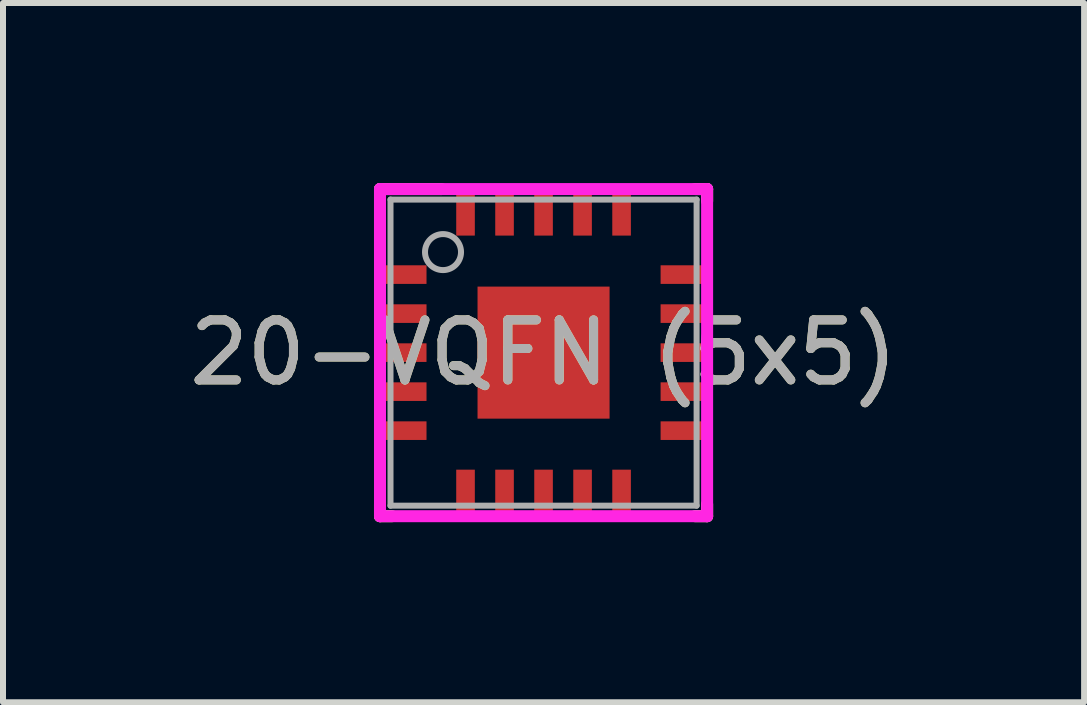
<source format=kicad_pcb>
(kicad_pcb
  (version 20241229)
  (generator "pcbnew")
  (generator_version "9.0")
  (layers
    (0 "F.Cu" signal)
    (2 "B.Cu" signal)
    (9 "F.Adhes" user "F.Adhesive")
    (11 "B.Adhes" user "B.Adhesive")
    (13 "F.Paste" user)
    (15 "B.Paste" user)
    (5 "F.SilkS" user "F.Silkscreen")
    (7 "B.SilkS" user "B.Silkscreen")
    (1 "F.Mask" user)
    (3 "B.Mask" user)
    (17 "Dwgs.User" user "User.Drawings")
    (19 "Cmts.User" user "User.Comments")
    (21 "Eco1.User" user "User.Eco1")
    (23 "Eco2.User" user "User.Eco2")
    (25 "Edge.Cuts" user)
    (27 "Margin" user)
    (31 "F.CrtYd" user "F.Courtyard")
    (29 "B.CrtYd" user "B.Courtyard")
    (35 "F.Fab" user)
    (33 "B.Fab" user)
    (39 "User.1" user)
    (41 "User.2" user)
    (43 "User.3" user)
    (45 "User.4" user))
  (footprint "20-VQFN (5x5)"
    (layer "F.Cu")
    (at 6.006 2.825)
    (property "Reference" "20-VQFN (5x5)" (at 0 0 0) (unlocked yes) (layer "F.SilkS") (effects (font (size 1 1) (thickness 0.15))))
    (attr smd)
    (fp_line (start -2.725 -2.725) (end -1.7 -2.725) (stroke (width 0.2) (type solid)) (layer "F.SilkS"))
    (fp_line (start -2.725 -1.7) (end -2.725 -2.725) (stroke (width 0.2) (type solid)) (layer "F.SilkS"))
    (fp_line (start -2.725 2.725) (end -2.725 2.525) (stroke (width 0.2) (type solid)) (layer "F.SilkS"))
    (fp_line (start -2.725 2.725) (end -2.525 2.725) (stroke (width 0.2) (type solid)) (layer "F.SilkS"))
    (fp_line (start 2.525 -2.725) (end 2.725 -2.725) (stroke (width 0.2) (type solid)) (layer "F.SilkS"))
    (fp_line (start 2.525 2.725) (end 2.725 2.725) (stroke (width 0.2) (type solid)) (layer "F.SilkS"))
    (fp_line (start 2.725 -2.525) (end 2.725 -2.725) (stroke (width 0.2) (type solid)) (layer "F.SilkS"))
    (fp_line (start 2.725 2.725) (end 2.725 2.525) (stroke (width 0.2) (type solid)) (layer "F.SilkS"))
    (fp_poly (pts (xy -0.1 -1.031) (xy -0.1 -0.149) (xy -0.101 -0.139) (xy -0.104 -0.13) (xy -0.108 -0.122) (xy -0.114 -0.114) (xy -0.122 -0.108) (xy -0.13 -0.104) (xy -0.139 -0.101) (xy -0.149 -0.1) (xy -1.031 -0.1) (xy -1.041 -0.101) (xy -1.05 -0.104) (xy -1.058 -0.108) (xy -1.066 -0.114) (xy -1.072 -0.122) (xy -1.076 -0.13) (xy -1.079 -0.139) (xy -1.08 -0.149) (xy -1.08 -1.031) (xy -1.079 -1.041) (xy -1.076 -1.05) (xy -1.072 -1.058) (xy -1.066 -1.066) (xy -1.058 -1.072) (xy -1.05 -1.076) (xy -1.041 -1.079) (xy -1.031 -1.08) (xy -0.149 -1.08) (xy -0.139 -1.079) (xy -0.13 -1.076) (xy -0.122 -1.072) (xy -0.114 -1.066) (xy -0.108 -1.058) (xy -0.104 -1.05) (xy -0.101 -1.041)) (stroke (width 0) (type solid)) (fill yes) (layer "F.Paste"))
    (fp_poly (pts (xy -0.1 0.149) (xy -0.1 1.031) (xy -0.101 1.041) (xy -0.104 1.05) (xy -0.108 1.058) (xy -0.114 1.066) (xy -0.122 1.072) (xy -0.13 1.076) (xy -0.139 1.079) (xy -0.149 1.08) (xy -1.031 1.08) (xy -1.041 1.079) (xy -1.05 1.076) (xy -1.058 1.072) (xy -1.066 1.066) (xy -1.072 1.058) (xy -1.076 1.05) (xy -1.079 1.041) (xy -1.08 1.031) (xy -1.08 0.149) (xy -1.079 0.139) (xy -1.076 0.13) (xy -1.072 0.122) (xy -1.066 0.114) (xy -1.058 0.108) (xy -1.05 0.104) (xy -1.041 0.101) (xy -1.031 0.1) (xy -0.149 0.1) (xy -0.139 0.101) (xy -0.13 0.104) (xy -0.122 0.108) (xy -0.114 0.114) (xy -0.108 0.122) (xy -0.104 0.13) (xy -0.101 0.139)) (stroke (width 0) (type solid)) (fill yes) (layer "F.Paste"))
    (fp_poly (pts (xy 0.1 -0.149) (xy 0.1 -1.031) (xy 0.101 -1.041) (xy 0.104 -1.05) (xy 0.108 -1.058) (xy 0.114 -1.066) (xy 0.122 -1.072) (xy 0.13 -1.076) (xy 0.139 -1.079) (xy 0.149 -1.08) (xy 1.031 -1.08) (xy 1.041 -1.079) (xy 1.05 -1.076) (xy 1.058 -1.072) (xy 1.066 -1.066) (xy 1.072 -1.058) (xy 1.076 -1.05) (xy 1.079 -1.041) (xy 1.08 -1.031) (xy 1.08 -0.149) (xy 1.079 -0.139) (xy 1.076 -0.13) (xy 1.072 -0.122) (xy 1.066 -0.114) (xy 1.058 -0.108) (xy 1.05 -0.104) (xy 1.041 -0.101) (xy 1.031 -0.1) (xy 0.149 -0.1) (xy 0.139 -0.101) (xy 0.13 -0.104) (xy 0.122 -0.108) (xy 0.114 -0.114) (xy 0.108 -0.122) (xy 0.104 -0.13) (xy 0.101 -0.139)) (stroke (width 0) (type solid)) (fill yes) (layer "F.Paste"))
    (fp_poly (pts (xy 0.1 1.031) (xy 0.1 0.149) (xy 0.101 0.139) (xy 0.104 0.13) (xy 0.108 0.122) (xy 0.114 0.114) (xy 0.122 0.108) (xy 0.13 0.104) (xy 0.139 0.101) (xy 0.149 0.1) (xy 1.031 0.1) (xy 1.041 0.101) (xy 1.05 0.104) (xy 1.058 0.108) (xy 1.066 0.114) (xy 1.072 0.122) (xy 1.076 0.13) (xy 1.079 0.139) (xy 1.08 0.149) (xy 1.08 1.031) (xy 1.079 1.041) (xy 1.076 1.05) (xy 1.072 1.058) (xy 1.066 1.066) (xy 1.058 1.072) (xy 1.05 1.076) (xy 1.041 1.079) (xy 1.031 1.08) (xy 0.149 1.08) (xy 0.139 1.079) (xy 0.13 1.076) (xy 0.122 1.072) (xy 0.114 1.066) (xy 0.108 1.058) (xy 0.104 1.05) (xy 0.101 1.041)) (stroke (width 0) (type solid)) (fill yes) (layer "F.Paste"))
    (fp_line (start -2.725 -2.725) (end -2.725 2.725) (stroke (width 0.2) (type default)) (layer "F.CrtYd"))
    (fp_line (start -2.725 -2.725) (end 2.725 -2.725) (stroke (width 0.2) (type default)) (layer "F.CrtYd"))
    (fp_line (start -2.725 2.725) (end 2.725 2.725) (stroke (width 0.2) (type default)) (layer "F.CrtYd"))
    (fp_line (start 2.725 2.725) (end 2.725 -2.725) (stroke (width 0.2) (type default)) (layer "F.CrtYd"))
    (fp_line (start -2.55 -2.55) (end 2.55 -2.55) (stroke (width 0.1) (type solid)) (layer "F.Fab"))
    (fp_line (start -2.55 2.55) (end -2.55 -2.55) (stroke (width 0.1) (type solid)) (layer "F.Fab"))
    (fp_line (start -2.55 2.55) (end 2.55 2.55) (stroke (width 0.1) (type solid)) (layer "F.Fab"))
    (fp_line (start 2.55 2.55) (end 2.55 -2.55) (stroke (width 0.1) (type solid)) (layer "F.Fab"))
    (fp_circle (center -1.675 -1.675) (end -1.375 -1.675) (stroke (width 0.1) (type solid)) (fill no) (layer "F.Fab"))
    (fp_text user "${REFERENCE}" (at 0 0 0) (unlocked yes) (layer "F.Fab") (effects (font (size 1 1) (thickness 0.15))))
    (pad "1" smd rect (at -2.325 -1.3 90) (size 0.31 0.75) (layers "F.Cu" "F.Mask" "F.Paste"))
    (pad "2" smd rect (at -2.325 -0.65 90) (size 0.31 0.75) (layers "F.Cu" "F.Mask" "F.Paste"))
    (pad "3" smd rect (at -2.325 0 90) (size 0.31 0.75) (layers "F.Cu" "F.Mask" "F.Paste"))
    (pad "4" smd rect (at -2.325 0.65 90) (size 0.31 0.75) (layers "F.Cu" "F.Mask" "F.Paste"))
    (pad "5" smd rect (at -2.325 1.3 90) (size 0.31 0.75) (layers "F.Cu" "F.Mask" "F.Paste"))
    (pad "6" smd rect (at -1.3 2.325) (size 0.31 0.75) (layers "F.Cu" "F.Mask" "F.Paste"))
    (pad "7" smd rect (at -0.65 2.325) (size 0.31 0.75) (layers "F.Cu" "F.Mask" "F.Paste"))
    (pad "8" smd rect (at 0 2.325) (size 0.31 0.75) (layers "F.Cu" "F.Mask" "F.Paste"))
    (pad "9" smd rect (at 0.65 2.325) (size 0.31 0.75) (layers "F.Cu" "F.Mask" "F.Paste"))
    (pad "10" smd rect (at 1.3 2.325) (size 0.31 0.75) (layers "F.Cu" "F.Mask" "F.Paste"))
    (pad "11" smd rect (at 2.325 1.3 90) (size 0.31 0.75) (layers "F.Cu" "F.Mask" "F.Paste"))
    (pad "12" smd rect (at 2.325 0.65 90) (size 0.31 0.75) (layers "F.Cu" "F.Mask" "F.Paste"))
    (pad "13" smd rect (at 2.325 0 90) (size 0.31 0.75) (layers "F.Cu" "F.Mask" "F.Paste"))
    (pad "14" smd rect (at 2.325 -0.65 90) (size 0.31 0.75) (layers "F.Cu" "F.Mask" "F.Paste"))
    (pad "15" smd rect (at 2.325 -1.3 90) (size 0.31 0.75) (layers "F.Cu" "F.Mask" "F.Paste"))
    (pad "16" smd rect (at 1.3 -2.325) (size 0.31 0.75) (layers "F.Cu" "F.Mask" "F.Paste"))
    (pad "17" smd rect (at 0.65 -2.325) (size 0.31 0.75) (layers "F.Cu" "F.Mask" "F.Paste"))
    (pad "18" smd rect (at 0 -2.325) (size 0.31 0.75) (layers "F.Cu" "F.Mask" "F.Paste"))
    (pad "19" smd rect (at -0.65 -2.325) (size 0.31 0.75) (layers "F.Cu" "F.Mask" "F.Paste"))
    (pad "20" smd rect (at -1.3 -2.325) (size 0.31 0.75) (layers "F.Cu" "F.Mask" "F.Paste"))
    (pad "21" smd rect (at 0 0) (size 2.2 2.2) (layers "F.Cu" "F.Mask")))
  (gr_rect
    (start -3 -3)
    (end 15.012 8.65)
    (stroke (width 0.1) (type default))
    (fill no)
    (layer "Edge.Cuts")))
</source>
